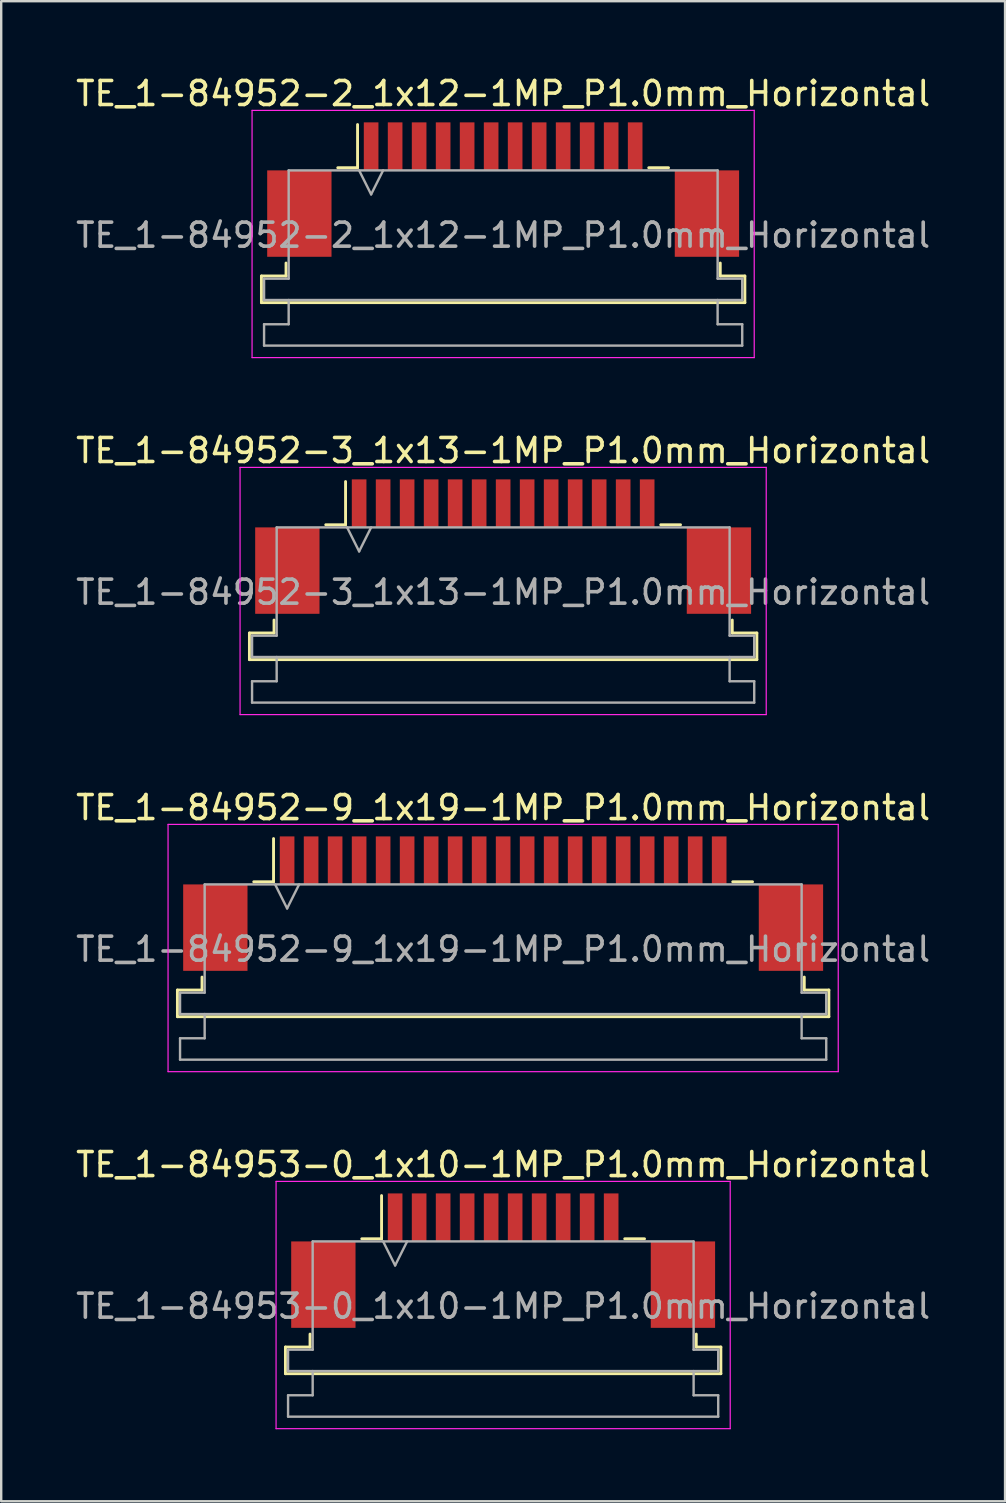
<source format=kicad_pcb>
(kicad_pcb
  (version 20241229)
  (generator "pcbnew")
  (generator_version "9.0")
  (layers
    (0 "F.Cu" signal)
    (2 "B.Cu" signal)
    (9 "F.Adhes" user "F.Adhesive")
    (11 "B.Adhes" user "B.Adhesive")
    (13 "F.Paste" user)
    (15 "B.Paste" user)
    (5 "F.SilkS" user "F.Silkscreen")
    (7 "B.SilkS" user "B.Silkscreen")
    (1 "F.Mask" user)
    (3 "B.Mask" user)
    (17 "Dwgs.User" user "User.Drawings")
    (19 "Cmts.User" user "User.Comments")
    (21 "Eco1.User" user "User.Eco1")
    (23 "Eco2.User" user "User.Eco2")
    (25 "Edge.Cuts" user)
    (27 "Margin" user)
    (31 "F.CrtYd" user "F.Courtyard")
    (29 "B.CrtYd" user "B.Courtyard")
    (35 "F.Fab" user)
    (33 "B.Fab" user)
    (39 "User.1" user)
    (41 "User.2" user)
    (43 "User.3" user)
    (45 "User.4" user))
  (footprint "TE_1-84952-3_1x13-1MP_P1.0mm_Horizontal"
    (layer "F.Cu")
    (at 17.911 19.721)
    (property "Reference" "TE_1-84952-3_1x13-1MP_P1.0mm_Horizontal" (at 0 -4 0) (layer "F.SilkS") (effects (font (size 1 1) (thickness 0.15))))
    (attr smd)
    (fp_line (start -10.57 3.6) (end -9.545 3.6) (stroke (width 0.12) (type solid)) (layer "F.SilkS"))
    (fp_line (start -10.57 4.71) (end -10.57 3.6) (stroke (width 0.12) (type solid)) (layer "F.SilkS"))
    (fp_line (start -9.545 3.6) (end -9.545 3.06) (stroke (width 0.12) (type solid)) (layer "F.SilkS"))
    (fp_line (start -7.39 -0.91) (end -6.565 -0.91) (stroke (width 0.12) (type solid)) (layer "F.SilkS"))
    (fp_line (start -6.565 -0.91) (end -6.565 -2.71) (stroke (width 0.12) (type solid)) (layer "F.SilkS"))
    (fp_line (start 6.565 -0.91) (end 7.39 -0.91) (stroke (width 0.12) (type solid)) (layer "F.SilkS"))
    (fp_line (start 9.545 3.06) (end 9.545 3.6) (stroke (width 0.12) (type solid)) (layer "F.SilkS"))
    (fp_line (start 9.545 3.6) (end 10.57 3.6) (stroke (width 0.12) (type solid)) (layer "F.SilkS"))
    (fp_line (start 10.57 3.6) (end 10.57 4.71) (stroke (width 0.12) (type solid)) (layer "F.SilkS"))
    (fp_line (start 10.57 4.71) (end -10.57 4.71) (stroke (width 0.12) (type solid)) (layer "F.SilkS"))
    (fp_line (start -10.96 -3.3) (end -10.96 7) (stroke (width 0.05) (type solid)) (layer "F.CrtYd"))
    (fp_line (start -10.96 7) (end 10.96 7) (stroke (width 0.05) (type solid)) (layer "F.CrtYd"))
    (fp_line (start 10.96 -3.3) (end -10.96 -3.3) (stroke (width 0.05) (type solid)) (layer "F.CrtYd"))
    (fp_line (start 10.96 7) (end 10.96 -3.3) (stroke (width 0.05) (type solid)) (layer "F.CrtYd"))
    (fp_line (start -10.46 3.71) (end -9.435 3.71) (stroke (width 0.1) (type solid)) (layer "F.Fab"))
    (fp_line (start -10.46 4.6) (end -10.46 3.71) (stroke (width 0.1) (type solid)) (layer "F.Fab"))
    (fp_line (start -10.46 5.61) (end -9.435 5.61) (stroke (width 0.1) (type solid)) (layer "F.Fab"))
    (fp_line (start -10.46 6.5) (end -10.46 5.61) (stroke (width 0.1) (type solid)) (layer "F.Fab"))
    (fp_line (start -9.435 -0.8) (end 9.435 -0.8) (stroke (width 0.1) (type solid)) (layer "F.Fab"))
    (fp_line (start -9.435 3.71) (end -9.435 -0.8) (stroke (width 0.1) (type solid)) (layer "F.Fab"))
    (fp_line (start -9.435 5.61) (end -9.435 4.6) (stroke (width 0.1) (type solid)) (layer "F.Fab"))
    (fp_line (start -6.5 -0.8) (end -6 0.2) (stroke (width 0.1) (type solid)) (layer "F.Fab"))
    (fp_line (start -6 0.2) (end -5.5 -0.8) (stroke (width 0.1) (type solid)) (layer "F.Fab"))
    (fp_line (start 9.435 -0.8) (end 9.435 3.71) (stroke (width 0.1) (type solid)) (layer "F.Fab"))
    (fp_line (start 9.435 3.71) (end 10.46 3.71) (stroke (width 0.1) (type solid)) (layer "F.Fab"))
    (fp_line (start 9.435 4.6) (end 9.435 5.61) (stroke (width 0.1) (type solid)) (layer "F.Fab"))
    (fp_line (start 9.435 5.61) (end 10.46 5.61) (stroke (width 0.1) (type solid)) (layer "F.Fab"))
    (fp_line (start 10.46 3.71) (end 10.46 4.6) (stroke (width 0.1) (type solid)) (layer "F.Fab"))
    (fp_line (start 10.46 4.6) (end -10.46 4.6) (stroke (width 0.1) (type solid)) (layer "F.Fab"))
    (fp_line (start 10.46 5.61) (end 10.46 6.5) (stroke (width 0.1) (type solid)) (layer "F.Fab"))
    (fp_line (start 10.46 6.5) (end -10.46 6.5) (stroke (width 0.1) (type solid)) (layer "F.Fab"))
    (fp_text user "${REFERENCE}" (at 0 1.9 0) (layer "F.Fab") (effects (font (size 1 1) (thickness 0.15))))
    (pad "1" smd rect (at -6 -1.8) (size 0.61 2) (layers "F.Cu" "F.Mask" "F.Paste"))
    (pad "2" smd rect (at -5 -1.8) (size 0.61 2) (layers "F.Cu" "F.Mask" "F.Paste"))
    (pad "3" smd rect (at -4 -1.8) (size 0.61 2) (layers "F.Cu" "F.Mask" "F.Paste"))
    (pad "4" smd rect (at -3 -1.8) (size 0.61 2) (layers "F.Cu" "F.Mask" "F.Paste"))
    (pad "5" smd rect (at -2 -1.8) (size 0.61 2) (layers "F.Cu" "F.Mask" "F.Paste"))
    (pad "6" smd rect (at -1 -1.8) (size 0.61 2) (layers "F.Cu" "F.Mask" "F.Paste"))
    (pad "7" smd rect (at 0 -1.8) (size 0.61 2) (layers "F.Cu" "F.Mask" "F.Paste"))
    (pad "8" smd rect (at 1 -1.8) (size 0.61 2) (layers "F.Cu" "F.Mask" "F.Paste"))
    (pad "9" smd rect (at 2 -1.8) (size 0.61 2) (layers "F.Cu" "F.Mask" "F.Paste"))
    (pad "10" smd rect (at 3 -1.8) (size 0.61 2) (layers "F.Cu" "F.Mask" "F.Paste"))
    (pad "11" smd rect (at 4 -1.8) (size 0.61 2) (layers "F.Cu" "F.Mask" "F.Paste"))
    (pad "12" smd rect (at 5 -1.8) (size 0.61 2) (layers "F.Cu" "F.Mask" "F.Paste"))
    (pad "13" smd rect (at 6 -1.8) (size 0.61 2) (layers "F.Cu" "F.Mask" "F.Paste"))
    (pad "MP" smd rect (at -8.99 1) (size 2.68 3.6) (layers "F.Cu" "F.Mask" "F.Paste"))
    (pad "MP" smd rect (at 8.99 1) (size 2.68 3.6) (layers "F.Cu" "F.Mask" "F.Paste")))
  (footprint "TE_1-84952-9_1x19-1MP_P1.0mm_Horizontal"
    (layer "F.Cu")
    (at 17.911 34.595)
    (property "Reference" "TE_1-84952-9_1x19-1MP_P1.0mm_Horizontal" (at 0 -4 0) (layer "F.SilkS") (effects (font (size 1 1) (thickness 0.15))))
    (attr smd)
    (fp_line (start -13.57 3.6) (end -12.545 3.6) (stroke (width 0.12) (type solid)) (layer "F.SilkS"))
    (fp_line (start -13.57 4.71) (end -13.57 3.6) (stroke (width 0.12) (type solid)) (layer "F.SilkS"))
    (fp_line (start -12.545 3.6) (end -12.545 3.06) (stroke (width 0.12) (type solid)) (layer "F.SilkS"))
    (fp_line (start -10.39 -0.91) (end -9.565 -0.91) (stroke (width 0.12) (type solid)) (layer "F.SilkS"))
    (fp_line (start -9.565 -0.91) (end -9.565 -2.71) (stroke (width 0.12) (type solid)) (layer "F.SilkS"))
    (fp_line (start 9.565 -0.91) (end 10.39 -0.91) (stroke (width 0.12) (type solid)) (layer "F.SilkS"))
    (fp_line (start 12.545 3.06) (end 12.545 3.6) (stroke (width 0.12) (type solid)) (layer "F.SilkS"))
    (fp_line (start 12.545 3.6) (end 13.57 3.6) (stroke (width 0.12) (type solid)) (layer "F.SilkS"))
    (fp_line (start 13.57 3.6) (end 13.57 4.71) (stroke (width 0.12) (type solid)) (layer "F.SilkS"))
    (fp_line (start 13.57 4.71) (end -13.57 4.71) (stroke (width 0.12) (type solid)) (layer "F.SilkS"))
    (fp_line (start -13.96 -3.3) (end -13.96 7) (stroke (width 0.05) (type solid)) (layer "F.CrtYd"))
    (fp_line (start -13.96 7) (end 13.96 7) (stroke (width 0.05) (type solid)) (layer "F.CrtYd"))
    (fp_line (start 13.96 -3.3) (end -13.96 -3.3) (stroke (width 0.05) (type solid)) (layer "F.CrtYd"))
    (fp_line (start 13.96 7) (end 13.96 -3.3) (stroke (width 0.05) (type solid)) (layer "F.CrtYd"))
    (fp_line (start -13.46 3.71) (end -12.435 3.71) (stroke (width 0.1) (type solid)) (layer "F.Fab"))
    (fp_line (start -13.46 4.6) (end -13.46 3.71) (stroke (width 0.1) (type solid)) (layer "F.Fab"))
    (fp_line (start -13.46 5.61) (end -12.435 5.61) (stroke (width 0.1) (type solid)) (layer "F.Fab"))
    (fp_line (start -13.46 6.5) (end -13.46 5.61) (stroke (width 0.1) (type solid)) (layer "F.Fab"))
    (fp_line (start -12.435 -0.8) (end 12.435 -0.8) (stroke (width 0.1) (type solid)) (layer "F.Fab"))
    (fp_line (start -12.435 3.71) (end -12.435 -0.8) (stroke (width 0.1) (type solid)) (layer "F.Fab"))
    (fp_line (start -12.435 5.61) (end -12.435 4.6) (stroke (width 0.1) (type solid)) (layer "F.Fab"))
    (fp_line (start -9.5 -0.8) (end -9 0.2) (stroke (width 0.1) (type solid)) (layer "F.Fab"))
    (fp_line (start -9 0.2) (end -8.5 -0.8) (stroke (width 0.1) (type solid)) (layer "F.Fab"))
    (fp_line (start 12.435 -0.8) (end 12.435 3.71) (stroke (width 0.1) (type solid)) (layer "F.Fab"))
    (fp_line (start 12.435 3.71) (end 13.46 3.71) (stroke (width 0.1) (type solid)) (layer "F.Fab"))
    (fp_line (start 12.435 4.6) (end 12.435 5.61) (stroke (width 0.1) (type solid)) (layer "F.Fab"))
    (fp_line (start 12.435 5.61) (end 13.46 5.61) (stroke (width 0.1) (type solid)) (layer "F.Fab"))
    (fp_line (start 13.46 3.71) (end 13.46 4.6) (stroke (width 0.1) (type solid)) (layer "F.Fab"))
    (fp_line (start 13.46 4.6) (end -13.46 4.6) (stroke (width 0.1) (type solid)) (layer "F.Fab"))
    (fp_line (start 13.46 5.61) (end 13.46 6.5) (stroke (width 0.1) (type solid)) (layer "F.Fab"))
    (fp_line (start 13.46 6.5) (end -13.46 6.5) (stroke (width 0.1) (type solid)) (layer "F.Fab"))
    (fp_text user "${REFERENCE}" (at 0 1.9 0) (layer "F.Fab") (effects (font (size 1 1) (thickness 0.15))))
    (pad "1" smd rect (at -9 -1.8) (size 0.61 2) (layers "F.Cu" "F.Mask" "F.Paste"))
    (pad "2" smd rect (at -8 -1.8) (size 0.61 2) (layers "F.Cu" "F.Mask" "F.Paste"))
    (pad "3" smd rect (at -7 -1.8) (size 0.61 2) (layers "F.Cu" "F.Mask" "F.Paste"))
    (pad "4" smd rect (at -6 -1.8) (size 0.61 2) (layers "F.Cu" "F.Mask" "F.Paste"))
    (pad "5" smd rect (at -5 -1.8) (size 0.61 2) (layers "F.Cu" "F.Mask" "F.Paste"))
    (pad "6" smd rect (at -4 -1.8) (size 0.61 2) (layers "F.Cu" "F.Mask" "F.Paste"))
    (pad "7" smd rect (at -3 -1.8) (size 0.61 2) (layers "F.Cu" "F.Mask" "F.Paste"))
    (pad "8" smd rect (at -2 -1.8) (size 0.61 2) (layers "F.Cu" "F.Mask" "F.Paste"))
    (pad "9" smd rect (at -1 -1.8) (size 0.61 2) (layers "F.Cu" "F.Mask" "F.Paste"))
    (pad "10" smd rect (at 0 -1.8) (size 0.61 2) (layers "F.Cu" "F.Mask" "F.Paste"))
    (pad "11" smd rect (at 1 -1.8) (size 0.61 2) (layers "F.Cu" "F.Mask" "F.Paste"))
    (pad "12" smd rect (at 2 -1.8) (size 0.61 2) (layers "F.Cu" "F.Mask" "F.Paste"))
    (pad "13" smd rect (at 3 -1.8) (size 0.61 2) (layers "F.Cu" "F.Mask" "F.Paste"))
    (pad "14" smd rect (at 4 -1.8) (size 0.61 2) (layers "F.Cu" "F.Mask" "F.Paste"))
    (pad "15" smd rect (at 5 -1.8) (size 0.61 2) (layers "F.Cu" "F.Mask" "F.Paste"))
    (pad "16" smd rect (at 6 -1.8) (size 0.61 2) (layers "F.Cu" "F.Mask" "F.Paste"))
    (pad "17" smd rect (at 7 -1.8) (size 0.61 2) (layers "F.Cu" "F.Mask" "F.Paste"))
    (pad "18" smd rect (at 8 -1.8) (size 0.61 2) (layers "F.Cu" "F.Mask" "F.Paste"))
    (pad "19" smd rect (at 9 -1.8) (size 0.61 2) (layers "F.Cu" "F.Mask" "F.Paste"))
    (pad "MP" smd rect (at -11.99 1) (size 2.68 3.6) (layers "F.Cu" "F.Mask" "F.Paste"))
    (pad "MP" smd rect (at 11.99 1) (size 2.68 3.6) (layers "F.Cu" "F.Mask" "F.Paste")))
  (footprint "TE_1-84952-2_1x12-1MP_P1.0mm_Horizontal"
    (layer "F.Cu")
    (at 17.911 4.848)
    (property "Reference" "TE_1-84952-2_1x12-1MP_P1.0mm_Horizontal" (at 0 -4 0) (layer "F.SilkS") (effects (font (size 1 1) (thickness 0.15))))
    (attr smd)
    (fp_line (start -10.07 3.6) (end -9.045 3.6) (stroke (width 0.12) (type solid)) (layer "F.SilkS"))
    (fp_line (start -10.07 4.71) (end -10.07 3.6) (stroke (width 0.12) (type solid)) (layer "F.SilkS"))
    (fp_line (start -9.045 3.6) (end -9.045 3.06) (stroke (width 0.12) (type solid)) (layer "F.SilkS"))
    (fp_line (start -6.89 -0.91) (end -6.065 -0.91) (stroke (width 0.12) (type solid)) (layer "F.SilkS"))
    (fp_line (start -6.065 -0.91) (end -6.065 -2.71) (stroke (width 0.12) (type solid)) (layer "F.SilkS"))
    (fp_line (start 6.065 -0.91) (end 6.89 -0.91) (stroke (width 0.12) (type solid)) (layer "F.SilkS"))
    (fp_line (start 9.045 3.06) (end 9.045 3.6) (stroke (width 0.12) (type solid)) (layer "F.SilkS"))
    (fp_line (start 9.045 3.6) (end 10.07 3.6) (stroke (width 0.12) (type solid)) (layer "F.SilkS"))
    (fp_line (start 10.07 3.6) (end 10.07 4.71) (stroke (width 0.12) (type solid)) (layer "F.SilkS"))
    (fp_line (start 10.07 4.71) (end -10.07 4.71) (stroke (width 0.12) (type solid)) (layer "F.SilkS"))
    (fp_line (start -10.46 -3.3) (end -10.46 7) (stroke (width 0.05) (type solid)) (layer "F.CrtYd"))
    (fp_line (start -10.46 7) (end 10.46 7) (stroke (width 0.05) (type solid)) (layer "F.CrtYd"))
    (fp_line (start 10.46 -3.3) (end -10.46 -3.3) (stroke (width 0.05) (type solid)) (layer "F.CrtYd"))
    (fp_line (start 10.46 7) (end 10.46 -3.3) (stroke (width 0.05) (type solid)) (layer "F.CrtYd"))
    (fp_line (start -9.96 3.71) (end -8.935 3.71) (stroke (width 0.1) (type solid)) (layer "F.Fab"))
    (fp_line (start -9.96 4.6) (end -9.96 3.71) (stroke (width 0.1) (type solid)) (layer "F.Fab"))
    (fp_line (start -9.96 5.61) (end -8.935 5.61) (stroke (width 0.1) (type solid)) (layer "F.Fab"))
    (fp_line (start -9.96 6.5) (end -9.96 5.61) (stroke (width 0.1) (type solid)) (layer "F.Fab"))
    (fp_line (start -8.935 -0.8) (end 8.935 -0.8) (stroke (width 0.1) (type solid)) (layer "F.Fab"))
    (fp_line (start -8.935 3.71) (end -8.935 -0.8) (stroke (width 0.1) (type solid)) (layer "F.Fab"))
    (fp_line (start -8.935 5.61) (end -8.935 4.6) (stroke (width 0.1) (type solid)) (layer "F.Fab"))
    (fp_line (start -6 -0.8) (end -5.5 0.2) (stroke (width 0.1) (type solid)) (layer "F.Fab"))
    (fp_line (start -5.5 0.2) (end -5 -0.8) (stroke (width 0.1) (type solid)) (layer "F.Fab"))
    (fp_line (start 8.935 -0.8) (end 8.935 3.71) (stroke (width 0.1) (type solid)) (layer "F.Fab"))
    (fp_line (start 8.935 3.71) (end 9.96 3.71) (stroke (width 0.1) (type solid)) (layer "F.Fab"))
    (fp_line (start 8.935 4.6) (end 8.935 5.61) (stroke (width 0.1) (type solid)) (layer "F.Fab"))
    (fp_line (start 8.935 5.61) (end 9.96 5.61) (stroke (width 0.1) (type solid)) (layer "F.Fab"))
    (fp_line (start 9.96 3.71) (end 9.96 4.6) (stroke (width 0.1) (type solid)) (layer "F.Fab"))
    (fp_line (start 9.96 4.6) (end -9.96 4.6) (stroke (width 0.1) (type solid)) (layer "F.Fab"))
    (fp_line (start 9.96 5.61) (end 9.96 6.5) (stroke (width 0.1) (type solid)) (layer "F.Fab"))
    (fp_line (start 9.96 6.5) (end -9.96 6.5) (stroke (width 0.1) (type solid)) (layer "F.Fab"))
    (fp_text user "${REFERENCE}" (at 0 1.9 0) (layer "F.Fab") (effects (font (size 1 1) (thickness 0.15))))
    (pad "1" smd rect (at -5.5 -1.8) (size 0.61 2) (layers "F.Cu" "F.Mask" "F.Paste"))
    (pad "2" smd rect (at -4.5 -1.8) (size 0.61 2) (layers "F.Cu" "F.Mask" "F.Paste"))
    (pad "3" smd rect (at -3.5 -1.8) (size 0.61 2) (layers "F.Cu" "F.Mask" "F.Paste"))
    (pad "4" smd rect (at -2.5 -1.8) (size 0.61 2) (layers "F.Cu" "F.Mask" "F.Paste"))
    (pad "5" smd rect (at -1.5 -1.8) (size 0.61 2) (layers "F.Cu" "F.Mask" "F.Paste"))
    (pad "6" smd rect (at -0.5 -1.8) (size 0.61 2) (layers "F.Cu" "F.Mask" "F.Paste"))
    (pad "7" smd rect (at 0.5 -1.8) (size 0.61 2) (layers "F.Cu" "F.Mask" "F.Paste"))
    (pad "8" smd rect (at 1.5 -1.8) (size 0.61 2) (layers "F.Cu" "F.Mask" "F.Paste"))
    (pad "9" smd rect (at 2.5 -1.8) (size 0.61 2) (layers "F.Cu" "F.Mask" "F.Paste"))
    (pad "10" smd rect (at 3.5 -1.8) (size 0.61 2) (layers "F.Cu" "F.Mask" "F.Paste"))
    (pad "11" smd rect (at 4.5 -1.8) (size 0.61 2) (layers "F.Cu" "F.Mask" "F.Paste"))
    (pad "12" smd rect (at 5.5 -1.8) (size 0.61 2) (layers "F.Cu" "F.Mask" "F.Paste"))
    (pad "MP" smd rect (at -8.49 1) (size 2.68 3.6) (layers "F.Cu" "F.Mask" "F.Paste"))
    (pad "MP" smd rect (at 8.49 1) (size 2.68 3.6) (layers "F.Cu" "F.Mask" "F.Paste")))
  (footprint "TE_1-84953-0_1x10-1MP_P1.0mm_Horizontal"
    (layer "F.Cu")
    (at 17.911 49.468)
    (property "Reference" "TE_1-84953-0_1x10-1MP_P1.0mm_Horizontal" (at 0 -4 0) (layer "F.SilkS") (effects (font (size 1 1) (thickness 0.15))))
    (attr smd)
    (fp_line (start -9.07 3.6) (end -8.045 3.6) (stroke (width 0.12) (type solid)) (layer "F.SilkS"))
    (fp_line (start -9.07 4.71) (end -9.07 3.6) (stroke (width 0.12) (type solid)) (layer "F.SilkS"))
    (fp_line (start -8.045 3.6) (end -8.045 3.06) (stroke (width 0.12) (type solid)) (layer "F.SilkS"))
    (fp_line (start -5.89 -0.91) (end -5.065 -0.91) (stroke (width 0.12) (type solid)) (layer "F.SilkS"))
    (fp_line (start -5.065 -0.91) (end -5.065 -2.71) (stroke (width 0.12) (type solid)) (layer "F.SilkS"))
    (fp_line (start 5.065 -0.91) (end 5.89 -0.91) (stroke (width 0.12) (type solid)) (layer "F.SilkS"))
    (fp_line (start 8.045 3.06) (end 8.045 3.6) (stroke (width 0.12) (type solid)) (layer "F.SilkS"))
    (fp_line (start 8.045 3.6) (end 9.07 3.6) (stroke (width 0.12) (type solid)) (layer "F.SilkS"))
    (fp_line (start 9.07 3.6) (end 9.07 4.71) (stroke (width 0.12) (type solid)) (layer "F.SilkS"))
    (fp_line (start 9.07 4.71) (end -9.07 4.71) (stroke (width 0.12) (type solid)) (layer "F.SilkS"))
    (fp_line (start -9.46 -3.3) (end -9.46 7) (stroke (width 0.05) (type solid)) (layer "F.CrtYd"))
    (fp_line (start -9.46 7) (end 9.46 7) (stroke (width 0.05) (type solid)) (layer "F.CrtYd"))
    (fp_line (start 9.46 -3.3) (end -9.46 -3.3) (stroke (width 0.05) (type solid)) (layer "F.CrtYd"))
    (fp_line (start 9.46 7) (end 9.46 -3.3) (stroke (width 0.05) (type solid)) (layer "F.CrtYd"))
    (fp_line (start -8.96 3.71) (end -7.935 3.71) (stroke (width 0.1) (type solid)) (layer "F.Fab"))
    (fp_line (start -8.96 4.6) (end -8.96 3.71) (stroke (width 0.1) (type solid)) (layer "F.Fab"))
    (fp_line (start -8.96 5.61) (end -7.935 5.61) (stroke (width 0.1) (type solid)) (layer "F.Fab"))
    (fp_line (start -8.96 6.5) (end -8.96 5.61) (stroke (width 0.1) (type solid)) (layer "F.Fab"))
    (fp_line (start -7.935 -0.8) (end 7.935 -0.8) (stroke (width 0.1) (type solid)) (layer "F.Fab"))
    (fp_line (start -7.935 3.71) (end -7.935 -0.8) (stroke (width 0.1) (type solid)) (layer "F.Fab"))
    (fp_line (start -7.935 5.61) (end -7.935 4.6) (stroke (width 0.1) (type solid)) (layer "F.Fab"))
    (fp_line (start -5 -0.8) (end -4.5 0.2) (stroke (width 0.1) (type solid)) (layer "F.Fab"))
    (fp_line (start -4.5 0.2) (end -4 -0.8) (stroke (width 0.1) (type solid)) (layer "F.Fab"))
    (fp_line (start 7.935 -0.8) (end 7.935 3.71) (stroke (width 0.1) (type solid)) (layer "F.Fab"))
    (fp_line (start 7.935 3.71) (end 8.96 3.71) (stroke (width 0.1) (type solid)) (layer "F.Fab"))
    (fp_line (start 7.935 4.6) (end 7.935 5.61) (stroke (width 0.1) (type solid)) (layer "F.Fab"))
    (fp_line (start 7.935 5.61) (end 8.96 5.61) (stroke (width 0.1) (type solid)) (layer "F.Fab"))
    (fp_line (start 8.96 3.71) (end 8.96 4.6) (stroke (width 0.1) (type solid)) (layer "F.Fab"))
    (fp_line (start 8.96 4.6) (end -8.96 4.6) (stroke (width 0.1) (type solid)) (layer "F.Fab"))
    (fp_line (start 8.96 5.61) (end 8.96 6.5) (stroke (width 0.1) (type solid)) (layer "F.Fab"))
    (fp_line (start 8.96 6.5) (end -8.96 6.5) (stroke (width 0.1) (type solid)) (layer "F.Fab"))
    (fp_text user "${REFERENCE}" (at 0 1.9 0) (layer "F.Fab") (effects (font (size 1 1) (thickness 0.15))))
    (pad "1" smd rect (at -4.5 -1.8) (size 0.61 2) (layers "F.Cu" "F.Mask" "F.Paste"))
    (pad "2" smd rect (at -3.5 -1.8) (size 0.61 2) (layers "F.Cu" "F.Mask" "F.Paste"))
    (pad "3" smd rect (at -2.5 -1.8) (size 0.61 2) (layers "F.Cu" "F.Mask" "F.Paste"))
    (pad "4" smd rect (at -1.5 -1.8) (size 0.61 2) (layers "F.Cu" "F.Mask" "F.Paste"))
    (pad "5" smd rect (at -0.5 -1.8) (size 0.61 2) (layers "F.Cu" "F.Mask" "F.Paste"))
    (pad "6" smd rect (at 0.5 -1.8) (size 0.61 2) (layers "F.Cu" "F.Mask" "F.Paste"))
    (pad "7" smd rect (at 1.5 -1.8) (size 0.61 2) (layers "F.Cu" "F.Mask" "F.Paste"))
    (pad "8" smd rect (at 2.5 -1.8) (size 0.61 2) (layers "F.Cu" "F.Mask" "F.Paste"))
    (pad "9" smd rect (at 3.5 -1.8) (size 0.61 2) (layers "F.Cu" "F.Mask" "F.Paste"))
    (pad "10" smd rect (at 4.5 -1.8) (size 0.61 2) (layers "F.Cu" "F.Mask" "F.Paste"))
    (pad "MP" smd rect (at -7.49 1) (size 2.68 3.6) (layers "F.Cu" "F.Mask" "F.Paste"))
    (pad "MP" smd rect (at 7.49 1) (size 2.68 3.6) (layers "F.Cu" "F.Mask" "F.Paste")))
  (gr_rect
    (start -3 -3)
    (end 38.821 59.493)
    (stroke (width 0.1) (type default))
    (fill no)
    (layer "Edge.Cuts")))
</source>
